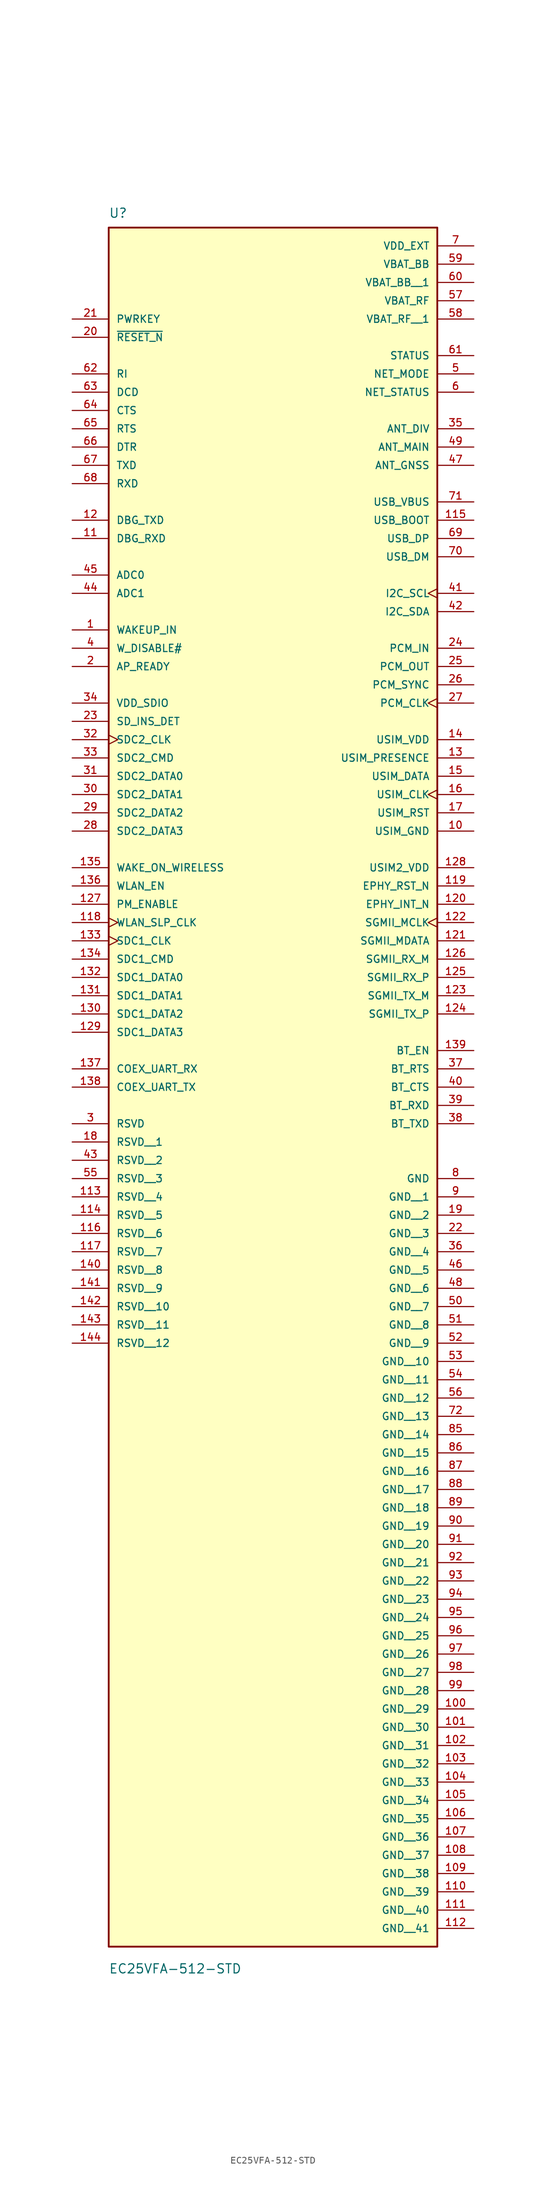
<source format=kicad_sym>
(kicad_symbol_lib
  (version 20211014)
  (generator kicad_symbol_editor)
  (symbol "EC25VFA-512-STD"
    (pin_names
      (offset 1.016))
    (property "Reference" "U"
      (at -22.86 64.77 0)
      (effects (font (size 1.27 1.27)) (justify bottom left)))
    (property "Value" "EC25VFA-512-STD"
      (at -22.86 -179.07 0)
      (effects (font (size 1.27 1.27)) (justify bottom left)))
    (symbol "EC25VFA-512-STD_0_0"
      (rectangle (start -22.86 -175.26) (end 22.86 63.5) (stroke (width 0.254)) (fill (type background)))
      (pin input line (at -27.94 50.8 0) (length 5.08) (name "PWRKEY" (effects (font (size 1.016 1.016)))) (number "21" (effects (font (size 1.016 1.016)))))
      (pin input line (at -27.94 48.26 0) (length 5.08) (name "~{RESET_N}" (effects (font (size 1.016 1.016)))) (number "20" (effects (font (size 1.016 1.016)))))
      (pin output line (at 27.94 45.72 180.0) (length 5.08) (name "STATUS" (effects (font (size 1.016 1.016)))) (number "61" (effects (font (size 1.016 1.016)))))
      (pin output line (at 27.94 43.18 180.0) (length 5.08) (name "NET_MODE" (effects (font (size 1.016 1.016)))) (number "5" (effects (font (size 1.016 1.016)))))
      (pin output line (at 27.94 40.64 180.0) (length 5.08) (name "NET_STATUS" (effects (font (size 1.016 1.016)))) (number "6" (effects (font (size 1.016 1.016)))))
      (pin input line (at 27.94 22.86 180.0) (length 5.08) (name "USB_BOOT" (effects (font (size 1.016 1.016)))) (number "115" (effects (font (size 1.016 1.016)))))
      (pin input line (at 27.94 25.4 180.0) (length 5.08) (name "USB_VBUS" (effects (font (size 1.016 1.016)))) (number "71" (effects (font (size 1.016 1.016)))))
      (pin bidirectional line (at 27.94 20.32 180.0) (length 5.08) (name "USB_DP" (effects (font (size 1.016 1.016)))) (number "69" (effects (font (size 1.016 1.016)))))
      (pin bidirectional line (at 27.94 17.78 180.0) (length 5.08) (name "USB_DM" (effects (font (size 1.016 1.016)))) (number "70" (effects (font (size 1.016 1.016)))))
      (pin power_in line (at 27.94 -7.62 180.0) (length 5.08) (name "USIM_VDD" (effects (font (size 1.016 1.016)))) (number "14" (effects (font (size 1.016 1.016)))))
      (pin input line (at 27.94 -10.16 180.0) (length 5.08) (name "USIM_PRESENCE" (effects (font (size 1.016 1.016)))) (number "13" (effects (font (size 1.016 1.016)))))
      (pin bidirectional line (at 27.94 -12.7 180.0) (length 5.08) (name "USIM_DATA" (effects (font (size 1.016 1.016)))) (number "15" (effects (font (size 1.016 1.016)))))
      (pin output clock (at 27.94 -15.24 180.0) (length 5.08) (name "USIM_CLK" (effects (font (size 1.016 1.016)))) (number "16" (effects (font (size 1.016 1.016)))))
      (pin output line (at 27.94 -17.78 180.0) (length 5.08) (name "USIM_RST" (effects (font (size 1.016 1.016)))) (number "17" (effects (font (size 1.016 1.016)))))
      (pin power_in line (at 27.94 -20.32 180.0) (length 5.08) (name "USIM_GND" (effects (font (size 1.016 1.016)))) (number "10" (effects (font (size 1.016 1.016)))))
      (pin output line (at -27.94 43.18 0) (length 5.08) (name "RI" (effects (font (size 1.016 1.016)))) (number "62" (effects (font (size 1.016 1.016)))))
      (pin output line (at -27.94 40.64 0) (length 5.08) (name "DCD" (effects (font (size 1.016 1.016)))) (number "63" (effects (font (size 1.016 1.016)))))
      (pin output line (at -27.94 38.1 0) (length 5.08) (name "CTS" (effects (font (size 1.016 1.016)))) (number "64" (effects (font (size 1.016 1.016)))))
      (pin input line (at -27.94 35.56 0) (length 5.08) (name "RTS" (effects (font (size 1.016 1.016)))) (number "65" (effects (font (size 1.016 1.016)))))
      (pin input line (at -27.94 33.02 0) (length 5.08) (name "DTR" (effects (font (size 1.016 1.016)))) (number "66" (effects (font (size 1.016 1.016)))))
      (pin output line (at -27.94 30.48 0) (length 5.08) (name "TXD" (effects (font (size 1.016 1.016)))) (number "67" (effects (font (size 1.016 1.016)))))
      (pin input line (at -27.94 27.94 0) (length 5.08) (name "RXD" (effects (font (size 1.016 1.016)))) (number "68" (effects (font (size 1.016 1.016)))))
      (pin output line (at -27.94 22.86 0) (length 5.08) (name "DBG_TXD" (effects (font (size 1.016 1.016)))) (number "12" (effects (font (size 1.016 1.016)))))
      (pin input line (at -27.94 20.32 0) (length 5.08) (name "DBG_RXD" (effects (font (size 1.016 1.016)))) (number "11" (effects (font (size 1.016 1.016)))))
      (pin input line (at -27.94 15.24 0) (length 5.08) (name "ADC0" (effects (font (size 1.016 1.016)))) (number "45" (effects (font (size 1.016 1.016)))))
      (pin input line (at -27.94 12.7 0) (length 5.08) (name "ADC1" (effects (font (size 1.016 1.016)))) (number "44" (effects (font (size 1.016 1.016)))))
      (pin input line (at 27.94 5.08 180.0) (length 5.08) (name "PCM_IN" (effects (font (size 1.016 1.016)))) (number "24" (effects (font (size 1.016 1.016)))))
      (pin output line (at 27.94 2.54 180.0) (length 5.08) (name "PCM_OUT" (effects (font (size 1.016 1.016)))) (number "25" (effects (font (size 1.016 1.016)))))
      (pin bidirectional clock (at 27.94 -2.54 180.0) (length 5.08) (name "PCM_CLK" (effects (font (size 1.016 1.016)))) (number "27" (effects (font (size 1.016 1.016)))))
      (pin bidirectional line (at 27.94 0.0 180.0) (length 5.08) (name "PCM_SYNC" (effects (font (size 1.016 1.016)))) (number "26" (effects (font (size 1.016 1.016)))))
      (pin output clock (at 27.94 12.7 180.0) (length 5.08) (name "I2C_SCL" (effects (font (size 1.016 1.016)))) (number "41" (effects (font (size 1.016 1.016)))))
      (pin output line (at 27.94 10.16 180.0) (length 5.08) (name "I2C_SDA" (effects (font (size 1.016 1.016)))) (number "42" (effects (font (size 1.016 1.016)))))
      (pin bidirectional line (at -27.94 -12.7 0) (length 5.08) (name "SDC2_DATA0" (effects (font (size 1.016 1.016)))) (number "31" (effects (font (size 1.016 1.016)))))
      (pin bidirectional line (at -27.94 -15.24 0) (length 5.08) (name "SDC2_DATA1" (effects (font (size 1.016 1.016)))) (number "30" (effects (font (size 1.016 1.016)))))
      (pin bidirectional line (at -27.94 -17.78 0) (length 5.08) (name "SDC2_DATA2" (effects (font (size 1.016 1.016)))) (number "29" (effects (font (size 1.016 1.016)))))
      (pin bidirectional line (at -27.94 -20.32 0) (length 5.08) (name "SDC2_DATA3" (effects (font (size 1.016 1.016)))) (number "28" (effects (font (size 1.016 1.016)))))
      (pin power_in line (at -27.94 -2.54 0) (length 5.08) (name "VDD_SDIO" (effects (font (size 1.016 1.016)))) (number "34" (effects (font (size 1.016 1.016)))))
      (pin output clock (at -27.94 -7.62 0) (length 5.08) (name "SDC2_CLK" (effects (font (size 1.016 1.016)))) (number "32" (effects (font (size 1.016 1.016)))))
      (pin bidirectional line (at -27.94 -10.16 0) (length 5.08) (name "SDC2_CMD" (effects (font (size 1.016 1.016)))) (number "33" (effects (font (size 1.016 1.016)))))
      (pin input line (at -27.94 -5.08 0) (length 5.08) (name "SD_INS_DET" (effects (font (size 1.016 1.016)))) (number "23" (effects (font (size 1.016 1.016)))))
      (pin power_in line (at 27.94 -25.4 180.0) (length 5.08) (name "USIM2_VDD" (effects (font (size 1.016 1.016)))) (number "128" (effects (font (size 1.016 1.016)))))
      (pin output line (at 27.94 -27.94 180.0) (length 5.08) (name "EPHY_RST_N" (effects (font (size 1.016 1.016)))) (number "119" (effects (font (size 1.016 1.016)))))
      (pin input line (at 27.94 -30.48 180.0) (length 5.08) (name "EPHY_INT_N" (effects (font (size 1.016 1.016)))) (number "120" (effects (font (size 1.016 1.016)))))
      (pin output clock (at 27.94 -33.02 180.0) (length 5.08) (name "SGMII_MCLK" (effects (font (size 1.016 1.016)))) (number "122" (effects (font (size 1.016 1.016)))))
      (pin bidirectional line (at 27.94 -35.56 180.0) (length 5.08) (name "SGMII_MDATA" (effects (font (size 1.016 1.016)))) (number "121" (effects (font (size 1.016 1.016)))))
      (pin output line (at 27.94 -43.18 180.0) (length 5.08) (name "SGMII_TX_M" (effects (font (size 1.016 1.016)))) (number "123" (effects (font (size 1.016 1.016)))))
      (pin output line (at 27.94 -45.72 180.0) (length 5.08) (name "SGMII_TX_P" (effects (font (size 1.016 1.016)))) (number "124" (effects (font (size 1.016 1.016)))))
      (pin input line (at 27.94 -38.1 180.0) (length 5.08) (name "SGMII_RX_M" (effects (font (size 1.016 1.016)))) (number "126" (effects (font (size 1.016 1.016)))))
      (pin input line (at 27.94 -40.64 180.0) (length 5.08) (name "SGMII_RX_P" (effects (font (size 1.016 1.016)))) (number "125" (effects (font (size 1.016 1.016)))))
      (pin bidirectional line (at -27.94 -40.64 0) (length 5.08) (name "SDC1_DATA0" (effects (font (size 1.016 1.016)))) (number "132" (effects (font (size 1.016 1.016)))))
      (pin bidirectional line (at -27.94 -43.18 0) (length 5.08) (name "SDC1_DATA1" (effects (font (size 1.016 1.016)))) (number "131" (effects (font (size 1.016 1.016)))))
      (pin bidirectional line (at -27.94 -45.72 0) (length 5.08) (name "SDC1_DATA2" (effects (font (size 1.016 1.016)))) (number "130" (effects (font (size 1.016 1.016)))))
      (pin bidirectional line (at -27.94 -48.26 0) (length 5.08) (name "SDC1_DATA3" (effects (font (size 1.016 1.016)))) (number "129" (effects (font (size 1.016 1.016)))))
      (pin output clock (at -27.94 -35.56 0) (length 5.08) (name "SDC1_CLK" (effects (font (size 1.016 1.016)))) (number "133" (effects (font (size 1.016 1.016)))))
      (pin output line (at -27.94 -38.1 0) (length 5.08) (name "SDC1_CMD" (effects (font (size 1.016 1.016)))) (number "134" (effects (font (size 1.016 1.016)))))
      (pin output line (at -27.94 -30.48 0) (length 5.08) (name "PM_ENABLE" (effects (font (size 1.016 1.016)))) (number "127" (effects (font (size 1.016 1.016)))))
      (pin output line (at -27.94 -27.94 0) (length 5.08) (name "WLAN_EN" (effects (font (size 1.016 1.016)))) (number "136" (effects (font (size 1.016 1.016)))))
      (pin input line (at -27.94 -25.4 0) (length 5.08) (name "WAKE_ON_WIRELESS" (effects (font (size 1.016 1.016)))) (number "135" (effects (font (size 1.016 1.016)))))
      (pin output clock (at -27.94 -33.02 0) (length 5.08) (name "WLAN_SLP_CLK" (effects (font (size 1.016 1.016)))) (number "118" (effects (font (size 1.016 1.016)))))
      (pin input line (at -27.94 -53.34 0) (length 5.08) (name "COEX_UART_RX" (effects (font (size 1.016 1.016)))) (number "137" (effects (font (size 1.016 1.016)))))
      (pin output line (at -27.94 -55.88 0) (length 5.08) (name "COEX_UART_TX" (effects (font (size 1.016 1.016)))) (number "138" (effects (font (size 1.016 1.016)))))
      (pin output line (at 27.94 -50.8 180.0) (length 5.08) (name "BT_EN" (effects (font (size 1.016 1.016)))) (number "139" (effects (font (size 1.016 1.016)))))
      (pin input line (at 27.94 -53.34 180.0) (length 5.08) (name "BT_RTS" (effects (font (size 1.016 1.016)))) (number "37" (effects (font (size 1.016 1.016)))))
      (pin output line (at 27.94 -55.88 180.0) (length 5.08) (name "BT_CTS" (effects (font (size 1.016 1.016)))) (number "40" (effects (font (size 1.016 1.016)))))
      (pin input line (at 27.94 -58.42 180.0) (length 5.08) (name "BT_RXD" (effects (font (size 1.016 1.016)))) (number "39" (effects (font (size 1.016 1.016)))))
      (pin output line (at 27.94 -60.96 180.0) (length 5.08) (name "BT_TXD" (effects (font (size 1.016 1.016)))) (number "38" (effects (font (size 1.016 1.016)))))
      (pin input line (at 27.94 35.56 180.0) (length 5.08) (name "ANT_DIV" (effects (font (size 1.016 1.016)))) (number "35" (effects (font (size 1.016 1.016)))))
      (pin bidirectional line (at 27.94 33.02 180.0) (length 5.08) (name "ANT_MAIN" (effects (font (size 1.016 1.016)))) (number "49" (effects (font (size 1.016 1.016)))))
      (pin input line (at 27.94 30.48 180.0) (length 5.08) (name "ANT_GNSS" (effects (font (size 1.016 1.016)))) (number "47" (effects (font (size 1.016 1.016)))))
      (pin input line (at -27.94 7.62 0) (length 5.08) (name "WAKEUP_IN" (effects (font (size 1.016 1.016)))) (number "1" (effects (font (size 1.016 1.016)))))
      (pin input line (at -27.94 5.08 0) (length 5.08) (name "W_DISABLE#" (effects (font (size 1.016 1.016)))) (number "4" (effects (font (size 1.016 1.016)))))
      (pin input line (at -27.94 2.54 0) (length 5.08) (name "AP_READY" (effects (font (size 1.016 1.016)))) (number "2" (effects (font (size 1.016 1.016)))))
      (pin power_in line (at 27.94 53.34 180.0) (length 5.08) (name "VBAT_RF" (effects (font (size 1.016 1.016)))) (number "57" (effects (font (size 1.016 1.016)))))
      (pin power_in line (at 27.94 58.42 180.0) (length 5.08) (name "VBAT_BB" (effects (font (size 1.016 1.016)))) (number "59" (effects (font (size 1.016 1.016)))))
      (pin power_in line (at 27.94 60.96 180.0) (length 5.08) (name "VDD_EXT" (effects (font (size 1.016 1.016)))) (number "7" (effects (font (size 1.016 1.016)))))
      (pin power_in line (at 27.94 -68.58 180.0) (length 5.08) (name "GND" (effects (font (size 1.016 1.016)))) (number "8" (effects (font (size 1.016 1.016)))))
      (pin passive line (at -27.94 -60.96 0) (length 5.08) (name "RSVD" (effects (font (size 1.016 1.016)))) (number "3" (effects (font (size 1.016 1.016)))))
      (pin passive line (at -27.94 -63.5 0) (length 5.08) (name "RSVD__1" (effects (font (size 1.016 1.016)))) (number "18" (effects (font (size 1.016 1.016)))))
      (pin passive line (at -27.94 -66.04 0) (length 5.08) (name "RSVD__2" (effects (font (size 1.016 1.016)))) (number "43" (effects (font (size 1.016 1.016)))))
      (pin passive line (at -27.94 -68.58 0) (length 5.08) (name "RSVD__3" (effects (font (size 1.016 1.016)))) (number "55" (effects (font (size 1.016 1.016)))))
      (pin passive line (at -27.94 -71.12 0) (length 5.08) (name "RSVD__4" (effects (font (size 1.016 1.016)))) (number "113" (effects (font (size 1.016 1.016)))))
      (pin passive line (at -27.94 -73.66 0) (length 5.08) (name "RSVD__5" (effects (font (size 1.016 1.016)))) (number "114" (effects (font (size 1.016 1.016)))))
      (pin passive line (at -27.94 -76.2 0) (length 5.08) (name "RSVD__6" (effects (font (size 1.016 1.016)))) (number "116" (effects (font (size 1.016 1.016)))))
      (pin passive line (at -27.94 -78.74 0) (length 5.08) (name "RSVD__7" (effects (font (size 1.016 1.016)))) (number "117" (effects (font (size 1.016 1.016)))))
      (pin passive line (at -27.94 -81.28 0) (length 5.08) (name "RSVD__8" (effects (font (size 1.016 1.016)))) (number "140" (effects (font (size 1.016 1.016)))))
      (pin passive line (at -27.94 -83.82 0) (length 5.08) (name "RSVD__9" (effects (font (size 1.016 1.016)))) (number "141" (effects (font (size 1.016 1.016)))))
      (pin passive line (at -27.94 -86.36 0) (length 5.08) (name "RSVD__10" (effects (font (size 1.016 1.016)))) (number "142" (effects (font (size 1.016 1.016)))))
      (pin passive line (at -27.94 -88.9 0) (length 5.08) (name "RSVD__11" (effects (font (size 1.016 1.016)))) (number "143" (effects (font (size 1.016 1.016)))))
      (pin passive line (at -27.94 -91.44 0) (length 5.08) (name "RSVD__12" (effects (font (size 1.016 1.016)))) (number "144" (effects (font (size 1.016 1.016)))))
      (pin power_in line (at 27.94 55.88 180.0) (length 5.08) (name "VBAT_BB__1" (effects (font (size 1.016 1.016)))) (number "60" (effects (font (size 1.016 1.016)))))
      (pin power_in line (at 27.94 50.8 180.0) (length 5.08) (name "VBAT_RF__1" (effects (font (size 1.016 1.016)))) (number "58" (effects (font (size 1.016 1.016)))))
      (pin power_in line (at 27.94 -71.12 180.0) (length 5.08) (name "GND__1" (effects (font (size 1.016 1.016)))) (number "9" (effects (font (size 1.016 1.016)))))
      (pin power_in line (at 27.94 -73.66 180.0) (length 5.08) (name "GND__2" (effects (font (size 1.016 1.016)))) (number "19" (effects (font (size 1.016 1.016)))))
      (pin power_in line (at 27.94 -76.2 180.0) (length 5.08) (name "GND__3" (effects (font (size 1.016 1.016)))) (number "22" (effects (font (size 1.016 1.016)))))
      (pin power_in line (at 27.94 -78.74 180.0) (length 5.08) (name "GND__4" (effects (font (size 1.016 1.016)))) (number "36" (effects (font (size 1.016 1.016)))))
      (pin power_in line (at 27.94 -81.28 180.0) (length 5.08) (name "GND__5" (effects (font (size 1.016 1.016)))) (number "46" (effects (font (size 1.016 1.016)))))
      (pin power_in line (at 27.94 -83.82 180.0) (length 5.08) (name "GND__6" (effects (font (size 1.016 1.016)))) (number "48" (effects (font (size 1.016 1.016)))))
      (pin power_in line (at 27.94 -86.36 180.0) (length 5.08) (name "GND__7" (effects (font (size 1.016 1.016)))) (number "50" (effects (font (size 1.016 1.016)))))
      (pin power_in line (at 27.94 -88.9 180.0) (length 5.08) (name "GND__8" (effects (font (size 1.016 1.016)))) (number "51" (effects (font (size 1.016 1.016)))))
      (pin power_in line (at 27.94 -91.44 180.0) (length 5.08) (name "GND__9" (effects (font (size 1.016 1.016)))) (number "52" (effects (font (size 1.016 1.016)))))
      (pin power_in line (at 27.94 -93.98 180.0) (length 5.08) (name "GND__10" (effects (font (size 1.016 1.016)))) (number "53" (effects (font (size 1.016 1.016)))))
      (pin power_in line (at 27.94 -96.52 180.0) (length 5.08) (name "GND__11" (effects (font (size 1.016 1.016)))) (number "54" (effects (font (size 1.016 1.016)))))
      (pin power_in line (at 27.94 -99.06 180.0) (length 5.08) (name "GND__12" (effects (font (size 1.016 1.016)))) (number "56" (effects (font (size 1.016 1.016)))))
      (pin power_in line (at 27.94 -101.6 180.0) (length 5.08) (name "GND__13" (effects (font (size 1.016 1.016)))) (number "72" (effects (font (size 1.016 1.016)))))
      (pin power_in line (at 27.94 -104.14 180.0) (length 5.08) (name "GND__14" (effects (font (size 1.016 1.016)))) (number "85" (effects (font (size 1.016 1.016)))))
      (pin power_in line (at 27.94 -106.68 180.0) (length 5.08) (name "GND__15" (effects (font (size 1.016 1.016)))) (number "86" (effects (font (size 1.016 1.016)))))
      (pin power_in line (at 27.94 -109.22 180.0) (length 5.08) (name "GND__16" (effects (font (size 1.016 1.016)))) (number "87" (effects (font (size 1.016 1.016)))))
      (pin power_in line (at 27.94 -111.76 180.0) (length 5.08) (name "GND__17" (effects (font (size 1.016 1.016)))) (number "88" (effects (font (size 1.016 1.016)))))
      (pin power_in line (at 27.94 -114.3 180.0) (length 5.08) (name "GND__18" (effects (font (size 1.016 1.016)))) (number "89" (effects (font (size 1.016 1.016)))))
      (pin power_in line (at 27.94 -116.84 180.0) (length 5.08) (name "GND__19" (effects (font (size 1.016 1.016)))) (number "90" (effects (font (size 1.016 1.016)))))
      (pin power_in line (at 27.94 -119.38 180.0) (length 5.08) (name "GND__20" (effects (font (size 1.016 1.016)))) (number "91" (effects (font (size 1.016 1.016)))))
      (pin power_in line (at 27.94 -121.92 180.0) (length 5.08) (name "GND__21" (effects (font (size 1.016 1.016)))) (number "92" (effects (font (size 1.016 1.016)))))
      (pin power_in line (at 27.94 -124.46 180.0) (length 5.08) (name "GND__22" (effects (font (size 1.016 1.016)))) (number "93" (effects (font (size 1.016 1.016)))))
      (pin power_in line (at 27.94 -127.0 180.0) (length 5.08) (name "GND__23" (effects (font (size 1.016 1.016)))) (number "94" (effects (font (size 1.016 1.016)))))
      (pin power_in line (at 27.94 -129.54 180.0) (length 5.08) (name "GND__24" (effects (font (size 1.016 1.016)))) (number "95" (effects (font (size 1.016 1.016)))))
      (pin power_in line (at 27.94 -132.08 180.0) (length 5.08) (name "GND__25" (effects (font (size 1.016 1.016)))) (number "96" (effects (font (size 1.016 1.016)))))
      (pin power_in line (at 27.94 -134.62 180.0) (length 5.08) (name "GND__26" (effects (font (size 1.016 1.016)))) (number "97" (effects (font (size 1.016 1.016)))))
      (pin power_in line (at 27.94 -137.16 180.0) (length 5.08) (name "GND__27" (effects (font (size 1.016 1.016)))) (number "98" (effects (font (size 1.016 1.016)))))
      (pin power_in line (at 27.94 -139.7 180.0) (length 5.08) (name "GND__28" (effects (font (size 1.016 1.016)))) (number "99" (effects (font (size 1.016 1.016)))))
      (pin power_in line (at 27.94 -142.24 180.0) (length 5.08) (name "GND__29" (effects (font (size 1.016 1.016)))) (number "100" (effects (font (size 1.016 1.016)))))
      (pin power_in line (at 27.94 -144.78 180.0) (length 5.08) (name "GND__30" (effects (font (size 1.016 1.016)))) (number "101" (effects (font (size 1.016 1.016)))))
      (pin power_in line (at 27.94 -147.32 180.0) (length 5.08) (name "GND__31" (effects (font (size 1.016 1.016)))) (number "102" (effects (font (size 1.016 1.016)))))
      (pin power_in line (at 27.94 -149.86 180.0) (length 5.08) (name "GND__32" (effects (font (size 1.016 1.016)))) (number "103" (effects (font (size 1.016 1.016)))))
      (pin power_in line (at 27.94 -152.4 180.0) (length 5.08) (name "GND__33" (effects (font (size 1.016 1.016)))) (number "104" (effects (font (size 1.016 1.016)))))
      (pin power_in line (at 27.94 -154.94 180.0) (length 5.08) (name "GND__34" (effects (font (size 1.016 1.016)))) (number "105" (effects (font (size 1.016 1.016)))))
      (pin power_in line (at 27.94 -157.48 180.0) (length 5.08) (name "GND__35" (effects (font (size 1.016 1.016)))) (number "106" (effects (font (size 1.016 1.016)))))
      (pin power_in line (at 27.94 -160.02 180.0) (length 5.08) (name "GND__36" (effects (font (size 1.016 1.016)))) (number "107" (effects (font (size 1.016 1.016)))))
      (pin power_in line (at 27.94 -162.56 180.0) (length 5.08) (name "GND__37" (effects (font (size 1.016 1.016)))) (number "108" (effects (font (size 1.016 1.016)))))
      (pin power_in line (at 27.94 -165.1 180.0) (length 5.08) (name "GND__38" (effects (font (size 1.016 1.016)))) (number "109" (effects (font (size 1.016 1.016)))))
      (pin power_in line (at 27.94 -167.64 180.0) (length 5.08) (name "GND__39" (effects (font (size 1.016 1.016)))) (number "110" (effects (font (size 1.016 1.016)))))
      (pin power_in line (at 27.94 -170.18 180.0) (length 5.08) (name "GND__40" (effects (font (size 1.016 1.016)))) (number "111" (effects (font (size 1.016 1.016)))))
      (pin power_in line (at 27.94 -172.72 180.0) (length 5.08) (name "GND__41" (effects (font (size 1.016 1.016)))) (number "112" (effects (font (size 1.016 1.016))))))))
</source>
